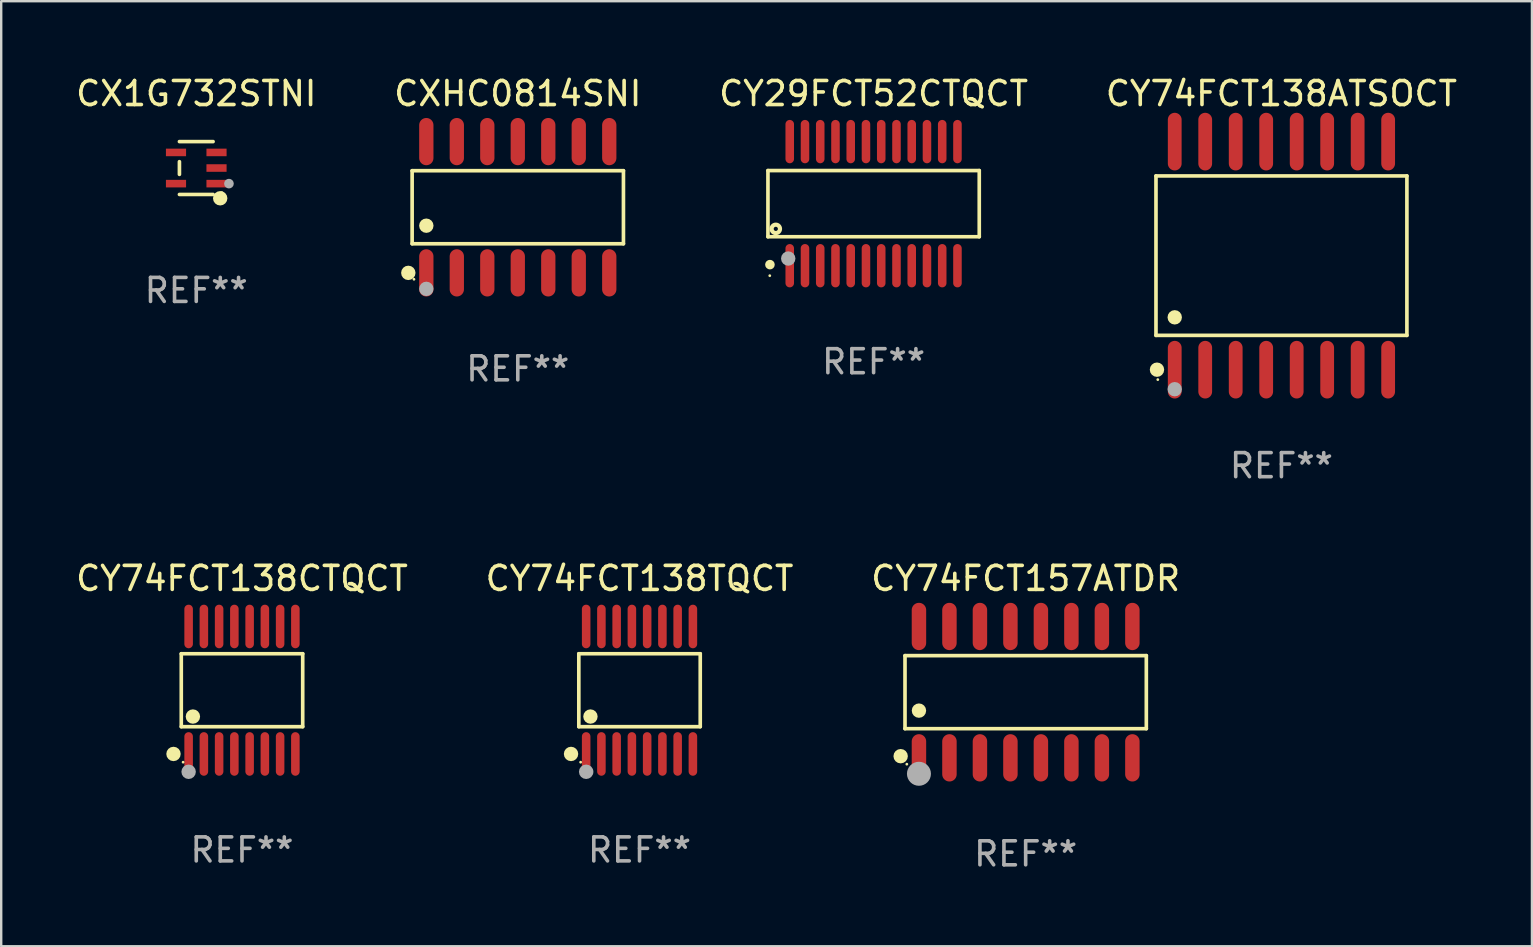
<source format=kicad_pcb>
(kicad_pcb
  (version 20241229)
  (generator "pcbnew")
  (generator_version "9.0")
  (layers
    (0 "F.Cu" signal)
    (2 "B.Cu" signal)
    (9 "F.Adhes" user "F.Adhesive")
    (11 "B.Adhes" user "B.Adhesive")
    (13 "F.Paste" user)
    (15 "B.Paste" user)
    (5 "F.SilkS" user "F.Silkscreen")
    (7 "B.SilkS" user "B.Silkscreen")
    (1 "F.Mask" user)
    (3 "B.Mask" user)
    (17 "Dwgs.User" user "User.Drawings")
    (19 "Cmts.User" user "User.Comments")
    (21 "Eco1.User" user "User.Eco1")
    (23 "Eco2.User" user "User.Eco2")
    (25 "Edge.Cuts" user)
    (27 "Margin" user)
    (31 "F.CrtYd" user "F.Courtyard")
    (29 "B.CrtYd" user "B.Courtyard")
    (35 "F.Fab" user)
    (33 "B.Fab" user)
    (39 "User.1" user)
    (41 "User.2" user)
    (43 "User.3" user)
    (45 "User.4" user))
  (footprint "CY74FCT138ATSOCT"
    (layer "F.Cu")
    (at 50.327 7.599)
    (property "Reference" "CY74FCT138ATSOCT" (at 0 -6.75 0) (layer "F.SilkS") (effects (font (size 1 1) (thickness 0.15))))
    (attr through_hole)
    (fp_line (start -5.226 -3.321) (end 5.226 -3.321) (stroke (width 0.152) (type solid)) (layer "F.SilkS"))
    (fp_line (start -5.226 3.321) (end -5.226 -3.321) (stroke (width 0.152) (type solid)) (layer "F.SilkS"))
    (fp_line (start 5.226 -3.321) (end 5.226 3.321) (stroke (width 0.152) (type solid)) (layer "F.SilkS"))
    (fp_line (start 5.226 3.321) (end -5.226 3.321) (stroke (width 0.152) (type solid)) (layer "F.SilkS"))
    (fp_circle (center -5.184 4.75) (end -5.034 4.75) (stroke (width 0.3) (type solid)) (fill no) (layer "F.SilkS"))
    (fp_circle (center -5.15 5.163) (end -5.12 5.163) (stroke (width 0.06) (type solid)) (fill no) (layer "F.SilkS"))
    (fp_circle (center -4.445 2.569) (end -4.295 2.569) (stroke (width 0.3) (type solid)) (fill no) (layer "F.SilkS"))
    (fp_circle (center -4.445 5.563) (end -4.295 5.563) (stroke (width 0.3) (type solid)) (fill no) (layer "F.Fab"))
    (fp_text user "REF**" (at 0 8.75 0) (layer "F.Fab") (effects (font (size 1 1) (thickness 0.15))))
    (pad "1" smd oval (at -4.445 4.75) (size 0.574 2.401) (layers "F.Cu" "F.Mask" "F.Paste"))
    (pad "2" smd oval (at -3.175 4.75) (size 0.574 2.401) (layers "F.Cu" "F.Mask" "F.Paste"))
    (pad "3" smd oval (at -1.905 4.75) (size 0.574 2.401) (layers "F.Cu" "F.Mask" "F.Paste"))
    (pad "4" smd oval (at -0.635 4.75) (size 0.574 2.401) (layers "F.Cu" "F.Mask" "F.Paste"))
    (pad "5" smd oval (at 0.635 4.75) (size 0.574 2.401) (layers "F.Cu" "F.Mask" "F.Paste"))
    (pad "6" smd oval (at 1.905 4.75) (size 0.574 2.401) (layers "F.Cu" "F.Mask" "F.Paste"))
    (pad "7" smd oval (at 3.175 4.75) (size 0.574 2.401) (layers "F.Cu" "F.Mask" "F.Paste"))
    (pad "8" smd oval (at 4.445 4.75) (size 0.574 2.401) (layers "F.Cu" "F.Mask" "F.Paste"))
    (pad "9" smd oval (at 4.445 -4.75) (size 0.574 2.401) (layers "F.Cu" "F.Mask" "F.Paste"))
    (pad "10" smd oval (at 3.175 -4.75) (size 0.574 2.401) (layers "F.Cu" "F.Mask" "F.Paste"))
    (pad "11" smd oval (at 1.905 -4.75) (size 0.574 2.401) (layers "F.Cu" "F.Mask" "F.Paste"))
    (pad "12" smd oval (at 0.635 -4.75) (size 0.574 2.401) (layers "F.Cu" "F.Mask" "F.Paste"))
    (pad "13" smd oval (at -0.635 -4.75) (size 0.574 2.401) (layers "F.Cu" "F.Mask" "F.Paste"))
    (pad "14" smd oval (at -1.905 -4.75) (size 0.574 2.401) (layers "F.Cu" "F.Mask" "F.Paste"))
    (pad "15" smd oval (at -3.175 -4.75) (size 0.574 2.401) (layers "F.Cu" "F.Mask" "F.Paste"))
    (pad "16" smd oval (at -4.445 -4.75) (size 0.574 2.401) (layers "F.Cu" "F.Mask" "F.Paste")))
  (footprint "CY29FCT52CTQCT"
    (layer "F.Cu")
    (at 33.339 5.433)
    (property "Reference" "CY29FCT52CTQCT" (at 0 -4.585 0) (layer "F.SilkS") (effects (font (size 1 1) (thickness 0.15))))
    (attr through_hole)
    (fp_line (start -4.401 -1.378) (end 4.401 -1.378) (stroke (width 0.152) (type solid)) (layer "F.SilkS"))
    (fp_line (start -4.401 1.378) (end -4.401 -1.378) (stroke (width 0.152) (type solid)) (layer "F.SilkS"))
    (fp_line (start 4.401 -1.378) (end 4.401 1.378) (stroke (width 0.152) (type solid)) (layer "F.SilkS"))
    (fp_line (start 4.401 1.378) (end -4.401 1.378) (stroke (width 0.152) (type solid)) (layer "F.SilkS"))
    (fp_circle (center -4.325 3) (end -4.295 3) (stroke (width 0.06) (type solid)) (fill no) (layer "F.SilkS"))
    (fp_circle (center -4.318 2.54) (end -4.218 2.54) (stroke (width 0.2) (type solid)) (fill no) (layer "F.SilkS"))
    (fp_circle (center -4.074 1.05) (end -3.987 1.05) (stroke (width 0.175) (type solid)) (fill no) (layer "F.SilkS"))
    (fp_circle (center -3.556 2.286) (end -3.406 2.286) (stroke (width 0.3) (type solid)) (fill no) (layer "F.Fab"))
    (fp_text user "REF**" (at 0 6.585 0) (layer "F.Fab") (effects (font (size 1 1) (thickness 0.15))))
    (pad "1" smd oval (at -3.493 2.585) (size 0.356 1.805) (layers "F.Cu" "F.Mask" "F.Paste"))
    (pad "2" smd oval (at -2.858 2.585) (size 0.356 1.805) (layers "F.Cu" "F.Mask" "F.Paste"))
    (pad "3" smd oval (at -2.223 2.585) (size 0.356 1.805) (layers "F.Cu" "F.Mask" "F.Paste"))
    (pad "4" smd oval (at -1.588 2.585) (size 0.356 1.805) (layers "F.Cu" "F.Mask" "F.Paste"))
    (pad "5" smd oval (at -0.953 2.585) (size 0.356 1.805) (layers "F.Cu" "F.Mask" "F.Paste"))
    (pad "6" smd oval (at -0.318 2.585) (size 0.356 1.805) (layers "F.Cu" "F.Mask" "F.Paste"))
    (pad "7" smd oval (at 0.318 2.585) (size 0.356 1.805) (layers "F.Cu" "F.Mask" "F.Paste"))
    (pad "8" smd oval (at 0.953 2.585) (size 0.356 1.805) (layers "F.Cu" "F.Mask" "F.Paste"))
    (pad "9" smd oval (at 1.588 2.585) (size 0.356 1.805) (layers "F.Cu" "F.Mask" "F.Paste"))
    (pad "10" smd oval (at 2.223 2.585) (size 0.356 1.805) (layers "F.Cu" "F.Mask" "F.Paste"))
    (pad "11" smd oval (at 2.858 2.585) (size 0.356 1.805) (layers "F.Cu" "F.Mask" "F.Paste"))
    (pad "12" smd oval (at 3.493 2.585) (size 0.356 1.805) (layers "F.Cu" "F.Mask" "F.Paste"))
    (pad "13" smd oval (at 3.493 -2.585) (size 0.356 1.805) (layers "F.Cu" "F.Mask" "F.Paste"))
    (pad "14" smd oval (at 2.858 -2.585) (size 0.356 1.805) (layers "F.Cu" "F.Mask" "F.Paste"))
    (pad "15" smd oval (at 2.223 -2.585) (size 0.356 1.805) (layers "F.Cu" "F.Mask" "F.Paste"))
    (pad "16" smd oval (at 1.588 -2.585) (size 0.356 1.805) (layers "F.Cu" "F.Mask" "F.Paste"))
    (pad "17" smd oval (at 0.953 -2.585) (size 0.356 1.805) (layers "F.Cu" "F.Mask" "F.Paste"))
    (pad "18" smd oval (at 0.318 -2.585) (size 0.356 1.805) (layers "F.Cu" "F.Mask" "F.Paste"))
    (pad "19" smd oval (at -0.318 -2.585) (size 0.356 1.805) (layers "F.Cu" "F.Mask" "F.Paste"))
    (pad "20" smd oval (at -0.953 -2.585) (size 0.356 1.805) (layers "F.Cu" "F.Mask" "F.Paste"))
    (pad "21" smd oval (at -1.588 -2.585) (size 0.356 1.805) (layers "F.Cu" "F.Mask" "F.Paste"))
    (pad "22" smd oval (at -2.223 -2.585) (size 0.356 1.805) (layers "F.Cu" "F.Mask" "F.Paste"))
    (pad "23" smd oval (at -2.858 -2.585) (size 0.356 1.805) (layers "F.Cu" "F.Mask" "F.Paste"))
    (pad "24" smd oval (at -3.493 -2.585) (size 0.356 1.805) (layers "F.Cu" "F.Mask" "F.Paste")))
  (footprint "CXHC0814SNI"
    (layer "F.Cu")
    (at 18.518 5.582)
    (property "Reference" "CXHC0814SNI" (at 0 -4.734 0) (layer "F.SilkS") (effects (font (size 1 1) (thickness 0.15))))
    (attr through_hole)
    (fp_line (start -4.401 -1.521) (end 4.401 -1.521) (stroke (width 0.152) (type solid)) (layer "F.SilkS"))
    (fp_line (start -4.401 1.521) (end -4.401 -1.521) (stroke (width 0.152) (type solid)) (layer "F.SilkS"))
    (fp_line (start 4.401 -1.521) (end 4.401 1.521) (stroke (width 0.152) (type solid)) (layer "F.SilkS"))
    (fp_line (start 4.401 1.521) (end -4.401 1.521) (stroke (width 0.152) (type solid)) (layer "F.SilkS"))
    (fp_circle (center -4.56 2.734) (end -4.41 2.734) (stroke (width 0.3) (type solid)) (fill no) (layer "F.SilkS"))
    (fp_circle (center -4.325 3) (end -4.295 3) (stroke (width 0.06) (type solid)) (fill no) (layer "F.SilkS"))
    (fp_circle (center -3.81 0.769) (end -3.66 0.769) (stroke (width 0.3) (type solid)) (fill no) (layer "F.SilkS"))
    (fp_circle (center -3.81 3.4) (end -3.66 3.4) (stroke (width 0.3) (type solid)) (fill no) (layer "F.Fab"))
    (fp_text user "REF**" (at 0 6.734 0) (layer "F.Fab") (effects (font (size 1 1) (thickness 0.15))))
    (pad "1" smd oval (at -3.81 2.734) (size 0.595 1.968) (layers "F.Cu" "F.Mask" "F.Paste"))
    (pad "2" smd oval (at -2.54 2.734) (size 0.595 1.968) (layers "F.Cu" "F.Mask" "F.Paste"))
    (pad "3" smd oval (at -1.27 2.734) (size 0.595 1.968) (layers "F.Cu" "F.Mask" "F.Paste"))
    (pad "4" smd oval (at 0 2.734) (size 0.595 1.968) (layers "F.Cu" "F.Mask" "F.Paste"))
    (pad "5" smd oval (at 1.27 2.734) (size 0.595 1.968) (layers "F.Cu" "F.Mask" "F.Paste"))
    (pad "6" smd oval (at 2.54 2.734) (size 0.595 1.968) (layers "F.Cu" "F.Mask" "F.Paste"))
    (pad "7" smd oval (at 3.81 2.734) (size 0.595 1.968) (layers "F.Cu" "F.Mask" "F.Paste"))
    (pad "8" smd oval (at 3.81 -2.734) (size 0.595 1.968) (layers "F.Cu" "F.Mask" "F.Paste"))
    (pad "9" smd oval (at 2.54 -2.734) (size 0.595 1.968) (layers "F.Cu" "F.Mask" "F.Paste"))
    (pad "10" smd oval (at 1.27 -2.734) (size 0.595 1.968) (layers "F.Cu" "F.Mask" "F.Paste"))
    (pad "11" smd oval (at 0 -2.734) (size 0.595 1.968) (layers "F.Cu" "F.Mask" "F.Paste"))
    (pad "12" smd oval (at -1.27 -2.734) (size 0.595 1.968) (layers "F.Cu" "F.Mask" "F.Paste"))
    (pad "13" smd oval (at -2.54 -2.734) (size 0.595 1.968) (layers "F.Cu" "F.Mask" "F.Paste"))
    (pad "14" smd oval (at -3.81 -2.734) (size 0.595 1.968) (layers "F.Cu" "F.Mask" "F.Paste")))
  (footprint "CX1G732STNI"
    (layer "F.Cu")
    (at 5.125 3.949)
    (property "Reference" "CX1G732STNI" (at 0 -3.101 0) (layer "F.SilkS") (effects (font (size 1 1) (thickness 0.15))))
    (attr through_hole)
    (fp_line (start -0.701 -0.264) (end -0.701 0.264) (stroke (width 0.152) (type solid)) (layer "F.SilkS"))
    (fp_line (start 0.701 -1.101) (end -0.701 -1.101) (stroke (width 0.152) (type solid)) (layer "F.SilkS"))
    (fp_line (start 0.701 1.101) (end -0.701 1.101) (stroke (width 0.152) (type solid)) (layer "F.SilkS"))
    (fp_circle (center 0.997 1.26) (end 1.147 1.26) (stroke (width 0.3) (type solid)) (fill no) (layer "F.SilkS"))
    (fp_circle (center 1.063 1.025) (end 1.093 1.025) (stroke (width 0.06) (type solid)) (fill no) (layer "F.SilkS"))
    (fp_circle (center 1.362 0.65) (end 1.463 0.65) (stroke (width 0.2) (type solid)) (fill no) (layer "F.Fab"))
    (fp_text user "REF**" (at 0 5.101 0) (layer "F.Fab") (effects (font (size 1 1) (thickness 0.15))))
    (pad "1" smd rect (at 0.844 0.65) (size 0.839 0.315) (layers "F.Cu" "F.Mask" "F.Paste"))
    (pad "2" smd rect (at 0.844 0) (size 0.839 0.315) (layers "F.Cu" "F.Mask" "F.Paste"))
    (pad "3" smd rect (at 0.844 -0.65) (size 0.839 0.315) (layers "F.Cu" "F.Mask" "F.Paste"))
    (pad "4" smd rect (at -0.844 -0.65) (size 0.839 0.315) (layers "F.Cu" "F.Mask" "F.Paste"))
    (pad "5" smd rect (at -0.844 0.65) (size 0.839 0.315) (layers "F.Cu" "F.Mask" "F.Paste")))
  (footprint "CY74FCT157ATDR"
    (layer "F.Cu")
    (at 39.673 25.781)
    (property "Reference" "CY74FCT157ATDR" (at 0 -4.736 0) (layer "F.SilkS") (effects (font (size 1 1) (thickness 0.15))))
    (attr through_hole)
    (fp_line (start -5.026 -1.521) (end 5.026 -1.521) (stroke (width 0.152) (type solid)) (layer "F.SilkS"))
    (fp_line (start -5.026 1.521) (end -5.026 -1.521) (stroke (width 0.152) (type solid)) (layer "F.SilkS"))
    (fp_line (start 5.026 -1.521) (end 5.026 1.521) (stroke (width 0.152) (type solid)) (layer "F.SilkS"))
    (fp_line (start 5.026 1.521) (end -5.026 1.521) (stroke (width 0.152) (type solid)) (layer "F.SilkS"))
    (fp_circle (center -5.207 2.667) (end -5.057 2.667) (stroke (width 0.3) (type solid)) (fill no) (layer "F.SilkS"))
    (fp_circle (center -4.95 3) (end -4.92 3) (stroke (width 0.06) (type solid)) (fill no) (layer "F.SilkS"))
    (fp_circle (center -4.445 0.769) (end -4.295 0.769) (stroke (width 0.3) (type solid)) (fill no) (layer "F.SilkS"))
    (fp_circle (center -4.445 3.4) (end -4.195 3.4) (stroke (width 0.5) (type solid)) (fill no) (layer "F.Fab"))
    (fp_text user "REF**" (at 0 6.736 0) (layer "F.Fab") (effects (font (size 1 1) (thickness 0.15))))
    (pad "1" smd oval (at -4.445 2.736) (size 0.602 1.971) (layers "F.Cu" "F.Mask" "F.Paste"))
    (pad "2" smd oval (at -3.175 2.736) (size 0.602 1.971) (layers "F.Cu" "F.Mask" "F.Paste"))
    (pad "3" smd oval (at -1.905 2.736) (size 0.602 1.971) (layers "F.Cu" "F.Mask" "F.Paste"))
    (pad "4" smd oval (at -0.635 2.736) (size 0.602 1.971) (layers "F.Cu" "F.Mask" "F.Paste"))
    (pad "5" smd oval (at 0.635 2.736) (size 0.602 1.971) (layers "F.Cu" "F.Mask" "F.Paste"))
    (pad "6" smd oval (at 1.905 2.736) (size 0.602 1.971) (layers "F.Cu" "F.Mask" "F.Paste"))
    (pad "7" smd oval (at 3.175 2.736) (size 0.602 1.971) (layers "F.Cu" "F.Mask" "F.Paste"))
    (pad "8" smd oval (at 4.445 2.736) (size 0.602 1.971) (layers "F.Cu" "F.Mask" "F.Paste"))
    (pad "9" smd oval (at 4.445 -2.736) (size 0.602 1.971) (layers "F.Cu" "F.Mask" "F.Paste"))
    (pad "10" smd oval (at 3.175 -2.736) (size 0.602 1.971) (layers "F.Cu" "F.Mask" "F.Paste"))
    (pad "11" smd oval (at 1.905 -2.736) (size 0.602 1.971) (layers "F.Cu" "F.Mask" "F.Paste"))
    (pad "12" smd oval (at 0.635 -2.736) (size 0.602 1.971) (layers "F.Cu" "F.Mask" "F.Paste"))
    (pad "13" smd oval (at -0.635 -2.736) (size 0.602 1.971) (layers "F.Cu" "F.Mask" "F.Paste"))
    (pad "14" smd oval (at -1.905 -2.736) (size 0.602 1.971) (layers "F.Cu" "F.Mask" "F.Paste"))
    (pad "15" smd oval (at -3.175 -2.736) (size 0.602 1.971) (layers "F.Cu" "F.Mask" "F.Paste"))
    (pad "16" smd oval (at -4.445 -2.736) (size 0.602 1.971) (layers "F.Cu" "F.Mask" "F.Paste")))
  (footprint "CY74FCT138TQCT"
    (layer "F.Cu")
    (at 23.589 25.7)
    (property "Reference" "CY74FCT138TQCT" (at 0 -4.655 0) (layer "F.SilkS") (effects (font (size 1 1) (thickness 0.15))))
    (attr through_hole)
    (fp_line (start -2.529 -1.519) (end 2.529 -1.519) (stroke (width 0.152) (type solid)) (layer "F.SilkS"))
    (fp_line (start -2.529 1.519) (end -2.529 -1.519) (stroke (width 0.152) (type solid)) (layer "F.SilkS"))
    (fp_line (start 2.529 -1.519) (end 2.529 1.519) (stroke (width 0.152) (type solid)) (layer "F.SilkS"))
    (fp_line (start 2.529 1.519) (end -2.529 1.519) (stroke (width 0.152) (type solid)) (layer "F.SilkS"))
    (fp_circle (center -2.853 2.655) (end -2.703 2.655) (stroke (width 0.3) (type solid)) (fill no) (layer "F.SilkS"))
    (fp_circle (center -2.453 2.998) (end -2.423 2.998) (stroke (width 0.06) (type solid)) (fill no) (layer "F.SilkS"))
    (fp_circle (center -2.045 1.097) (end -1.895 1.097) (stroke (width 0.3) (type solid)) (fill no) (layer "F.SilkS"))
    (fp_circle (center -2.223 3.398) (end -2.072 3.398) (stroke (width 0.3) (type solid)) (fill no) (layer "F.Fab"))
    (fp_text user "REF**" (at 0 6.655 0) (layer "F.Fab") (effects (font (size 1 1) (thickness 0.15))))
    (pad "1" smd oval (at -2.223 2.655) (size 0.356 1.815) (layers "F.Cu" "F.Mask" "F.Paste"))
    (pad "2" smd oval (at -1.588 2.655) (size 0.356 1.815) (layers "F.Cu" "F.Mask" "F.Paste"))
    (pad "3" smd oval (at -0.953 2.655) (size 0.356 1.815) (layers "F.Cu" "F.Mask" "F.Paste"))
    (pad "4" smd oval (at -0.318 2.655) (size 0.356 1.815) (layers "F.Cu" "F.Mask" "F.Paste"))
    (pad "5" smd oval (at 0.318 2.655) (size 0.356 1.815) (layers "F.Cu" "F.Mask" "F.Paste"))
    (pad "6" smd oval (at 0.953 2.655) (size 0.356 1.815) (layers "F.Cu" "F.Mask" "F.Paste"))
    (pad "7" smd oval (at 1.588 2.655) (size 0.356 1.815) (layers "F.Cu" "F.Mask" "F.Paste"))
    (pad "8" smd oval (at 2.223 2.655) (size 0.356 1.815) (layers "F.Cu" "F.Mask" "F.Paste"))
    (pad "9" smd oval (at 2.223 -2.655) (size 0.356 1.815) (layers "F.Cu" "F.Mask" "F.Paste"))
    (pad "10" smd oval (at 1.588 -2.655) (size 0.356 1.815) (layers "F.Cu" "F.Mask" "F.Paste"))
    (pad "11" smd oval (at 0.953 -2.655) (size 0.356 1.815) (layers "F.Cu" "F.Mask" "F.Paste"))
    (pad "12" smd oval (at 0.318 -2.655) (size 0.356 1.815) (layers "F.Cu" "F.Mask" "F.Paste"))
    (pad "13" smd oval (at -0.318 -2.655) (size 0.356 1.815) (layers "F.Cu" "F.Mask" "F.Paste"))
    (pad "14" smd oval (at -0.953 -2.655) (size 0.356 1.815) (layers "F.Cu" "F.Mask" "F.Paste"))
    (pad "15" smd oval (at -1.588 -2.655) (size 0.356 1.815) (layers "F.Cu" "F.Mask" "F.Paste"))
    (pad "16" smd oval (at -2.223 -2.655) (size 0.356 1.815) (layers "F.Cu" "F.Mask" "F.Paste")))
  (footprint "CY74FCT138CTQCT"
    (layer "F.Cu")
    (at 7.03 25.7)
    (property "Reference" "CY74FCT138CTQCT" (at 0 -4.655 0) (layer "F.SilkS") (effects (font (size 1 1) (thickness 0.15))))
    (attr through_hole)
    (fp_line (start -2.529 -1.519) (end 2.529 -1.519) (stroke (width 0.152) (type solid)) (layer "F.SilkS"))
    (fp_line (start -2.529 1.519) (end -2.529 -1.519) (stroke (width 0.152) (type solid)) (layer "F.SilkS"))
    (fp_line (start 2.529 -1.519) (end 2.529 1.519) (stroke (width 0.152) (type solid)) (layer "F.SilkS"))
    (fp_line (start 2.529 1.519) (end -2.529 1.519) (stroke (width 0.152) (type solid)) (layer "F.SilkS"))
    (fp_circle (center -2.853 2.655) (end -2.703 2.655) (stroke (width 0.3) (type solid)) (fill no) (layer "F.SilkS"))
    (fp_circle (center -2.453 2.998) (end -2.423 2.998) (stroke (width 0.06) (type solid)) (fill no) (layer "F.SilkS"))
    (fp_circle (center -2.045 1.097) (end -1.895 1.097) (stroke (width 0.3) (type solid)) (fill no) (layer "F.SilkS"))
    (fp_circle (center -2.223 3.398) (end -2.072 3.398) (stroke (width 0.3) (type solid)) (fill no) (layer "F.Fab"))
    (fp_text user "REF**" (at 0 6.655 0) (layer "F.Fab") (effects (font (size 1 1) (thickness 0.15))))
    (pad "1" smd oval (at -2.223 2.655) (size 0.356 1.815) (layers "F.Cu" "F.Mask" "F.Paste"))
    (pad "2" smd oval (at -1.588 2.655) (size 0.356 1.815) (layers "F.Cu" "F.Mask" "F.Paste"))
    (pad "3" smd oval (at -0.953 2.655) (size 0.356 1.815) (layers "F.Cu" "F.Mask" "F.Paste"))
    (pad "4" smd oval (at -0.318 2.655) (size 0.356 1.815) (layers "F.Cu" "F.Mask" "F.Paste"))
    (pad "5" smd oval (at 0.318 2.655) (size 0.356 1.815) (layers "F.Cu" "F.Mask" "F.Paste"))
    (pad "6" smd oval (at 0.953 2.655) (size 0.356 1.815) (layers "F.Cu" "F.Mask" "F.Paste"))
    (pad "7" smd oval (at 1.588 2.655) (size 0.356 1.815) (layers "F.Cu" "F.Mask" "F.Paste"))
    (pad "8" smd oval (at 2.223 2.655) (size 0.356 1.815) (layers "F.Cu" "F.Mask" "F.Paste"))
    (pad "9" smd oval (at 2.223 -2.655) (size 0.356 1.815) (layers "F.Cu" "F.Mask" "F.Paste"))
    (pad "10" smd oval (at 1.588 -2.655) (size 0.356 1.815) (layers "F.Cu" "F.Mask" "F.Paste"))
    (pad "11" smd oval (at 0.953 -2.655) (size 0.356 1.815) (layers "F.Cu" "F.Mask" "F.Paste"))
    (pad "12" smd oval (at 0.318 -2.655) (size 0.356 1.815) (layers "F.Cu" "F.Mask" "F.Paste"))
    (pad "13" smd oval (at -0.318 -2.655) (size 0.356 1.815) (layers "F.Cu" "F.Mask" "F.Paste"))
    (pad "14" smd oval (at -0.953 -2.655) (size 0.356 1.815) (layers "F.Cu" "F.Mask" "F.Paste"))
    (pad "15" smd oval (at -1.588 -2.655) (size 0.356 1.815) (layers "F.Cu" "F.Mask" "F.Paste"))
    (pad "16" smd oval (at -2.223 -2.655) (size 0.356 1.815) (layers "F.Cu" "F.Mask" "F.Paste")))
  (gr_rect
    (start -3 -3)
    (end 60.762 36.365)
    (stroke (width 0.1) (type default))
    (fill no)
    (layer "Edge.Cuts")))
</source>
